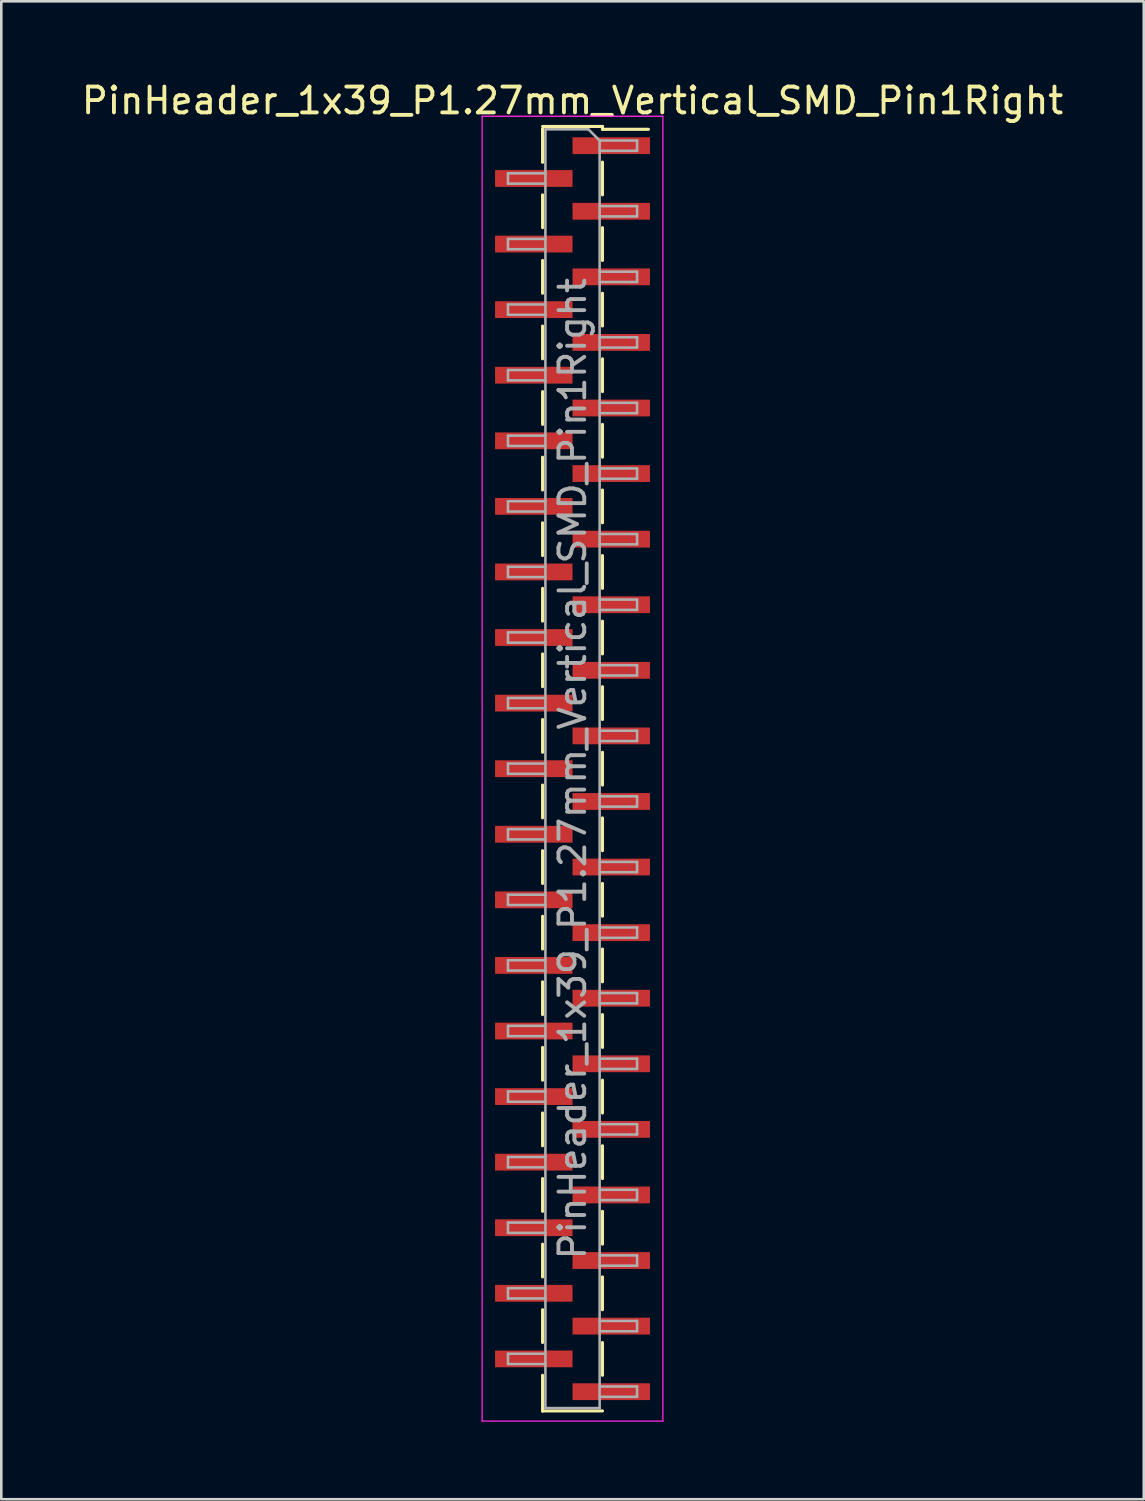
<source format=kicad_pcb>
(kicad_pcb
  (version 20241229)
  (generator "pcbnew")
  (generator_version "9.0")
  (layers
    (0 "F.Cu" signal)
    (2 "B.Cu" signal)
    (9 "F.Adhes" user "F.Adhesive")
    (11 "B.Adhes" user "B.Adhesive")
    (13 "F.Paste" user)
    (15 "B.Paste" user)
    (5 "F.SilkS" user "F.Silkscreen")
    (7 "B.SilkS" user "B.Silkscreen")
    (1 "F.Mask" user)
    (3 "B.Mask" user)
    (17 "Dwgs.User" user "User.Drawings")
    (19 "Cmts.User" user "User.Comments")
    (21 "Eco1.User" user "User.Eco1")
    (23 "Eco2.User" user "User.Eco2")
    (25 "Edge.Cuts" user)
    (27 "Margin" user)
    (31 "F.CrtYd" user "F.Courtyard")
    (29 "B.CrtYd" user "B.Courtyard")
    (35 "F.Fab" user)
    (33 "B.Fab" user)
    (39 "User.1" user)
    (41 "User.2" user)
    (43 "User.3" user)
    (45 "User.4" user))
  (footprint "PinHeader_1x39_P1.27mm_Vertical_SMD_Pin1Right"
    (layer "F.Cu")
    (at 19.125 26.723)
    (property "Reference" "PinHeader_1x39_P1.27mm_Vertical_SMD_Pin1Right" (at 0 -25.875 0) (layer "F.SilkS") (effects (font (size 1 1) (thickness 0.15))))
    (attr smd)
    (fp_line (start -1.16 -24.875) (end 1.16 -24.875) (stroke (width 0.12) (type solid)) (layer "F.SilkS"))
    (fp_line (start -1.16 -24.765) (end -1.16 -23.495) (stroke (width 0.12) (type solid)) (layer "F.SilkS"))
    (fp_line (start -1.16 -24.765) (end -1.16 -23.495) (stroke (width 0.12) (type solid)) (layer "F.SilkS"))
    (fp_line (start -1.16 -22.225) (end -1.16 -20.955) (stroke (width 0.12) (type solid)) (layer "F.SilkS"))
    (fp_line (start -1.16 -19.685) (end -1.16 -18.415) (stroke (width 0.12) (type solid)) (layer "F.SilkS"))
    (fp_line (start -1.16 -17.145) (end -1.16 -15.875) (stroke (width 0.12) (type solid)) (layer "F.SilkS"))
    (fp_line (start -1.16 -14.605) (end -1.16 -13.335) (stroke (width 0.12) (type solid)) (layer "F.SilkS"))
    (fp_line (start -1.16 -12.065) (end -1.16 -10.795) (stroke (width 0.12) (type solid)) (layer "F.SilkS"))
    (fp_line (start -1.16 -9.525) (end -1.16 -8.255) (stroke (width 0.12) (type solid)) (layer "F.SilkS"))
    (fp_line (start -1.16 -6.985) (end -1.16 -5.715) (stroke (width 0.12) (type solid)) (layer "F.SilkS"))
    (fp_line (start -1.16 -4.445) (end -1.16 -3.175) (stroke (width 0.12) (type solid)) (layer "F.SilkS"))
    (fp_line (start -1.16 -1.905) (end -1.16 -0.635) (stroke (width 0.12) (type solid)) (layer "F.SilkS"))
    (fp_line (start -1.16 0.635) (end -1.16 1.905) (stroke (width 0.12) (type solid)) (layer "F.SilkS"))
    (fp_line (start -1.16 3.175) (end -1.16 4.445) (stroke (width 0.12) (type solid)) (layer "F.SilkS"))
    (fp_line (start -1.16 5.715) (end -1.16 6.985) (stroke (width 0.12) (type solid)) (layer "F.SilkS"))
    (fp_line (start -1.16 8.255) (end -1.16 9.525) (stroke (width 0.12) (type solid)) (layer "F.SilkS"))
    (fp_line (start -1.16 10.795) (end -1.16 12.065) (stroke (width 0.12) (type solid)) (layer "F.SilkS"))
    (fp_line (start -1.16 13.335) (end -1.16 14.605) (stroke (width 0.12) (type solid)) (layer "F.SilkS"))
    (fp_line (start -1.16 15.875) (end -1.16 17.145) (stroke (width 0.12) (type solid)) (layer "F.SilkS"))
    (fp_line (start -1.16 18.415) (end -1.16 19.685) (stroke (width 0.12) (type solid)) (layer "F.SilkS"))
    (fp_line (start -1.16 20.955) (end -1.16 22.225) (stroke (width 0.12) (type solid)) (layer "F.SilkS"))
    (fp_line (start -1.16 23.495) (end -1.16 24.875) (stroke (width 0.12) (type solid)) (layer "F.SilkS"))
    (fp_line (start -1.16 24.765) (end -1.16 24.875) (stroke (width 0.12) (type solid)) (layer "F.SilkS"))
    (fp_line (start -1.16 24.875) (end 1.16 24.875) (stroke (width 0.12) (type solid)) (layer "F.SilkS"))
    (fp_line (start 1.16 -24.875) (end 1.16 -24.765) (stroke (width 0.12) (type solid)) (layer "F.SilkS"))
    (fp_line (start 1.16 -24.765) (end 2.94 -24.765) (stroke (width 0.12) (type solid)) (layer "F.SilkS"))
    (fp_line (start 1.16 -23.495) (end 1.16 -22.225) (stroke (width 0.12) (type solid)) (layer "F.SilkS"))
    (fp_line (start 1.16 -20.955) (end 1.16 -19.685) (stroke (width 0.12) (type solid)) (layer "F.SilkS"))
    (fp_line (start 1.16 -18.415) (end 1.16 -17.145) (stroke (width 0.12) (type solid)) (layer "F.SilkS"))
    (fp_line (start 1.16 -15.875) (end 1.16 -14.605) (stroke (width 0.12) (type solid)) (layer "F.SilkS"))
    (fp_line (start 1.16 -13.335) (end 1.16 -12.065) (stroke (width 0.12) (type solid)) (layer "F.SilkS"))
    (fp_line (start 1.16 -10.795) (end 1.16 -9.525) (stroke (width 0.12) (type solid)) (layer "F.SilkS"))
    (fp_line (start 1.16 -8.255) (end 1.16 -6.985) (stroke (width 0.12) (type solid)) (layer "F.SilkS"))
    (fp_line (start 1.16 -5.715) (end 1.16 -4.445) (stroke (width 0.12) (type solid)) (layer "F.SilkS"))
    (fp_line (start 1.16 -3.175) (end 1.16 -1.905) (stroke (width 0.12) (type solid)) (layer "F.SilkS"))
    (fp_line (start 1.16 -0.635) (end 1.16 0.635) (stroke (width 0.12) (type solid)) (layer "F.SilkS"))
    (fp_line (start 1.16 1.905) (end 1.16 3.175) (stroke (width 0.12) (type solid)) (layer "F.SilkS"))
    (fp_line (start 1.16 4.445) (end 1.16 5.715) (stroke (width 0.12) (type solid)) (layer "F.SilkS"))
    (fp_line (start 1.16 6.985) (end 1.16 8.255) (stroke (width 0.12) (type solid)) (layer "F.SilkS"))
    (fp_line (start 1.16 9.525) (end 1.16 10.795) (stroke (width 0.12) (type solid)) (layer "F.SilkS"))
    (fp_line (start 1.16 12.065) (end 1.16 13.335) (stroke (width 0.12) (type solid)) (layer "F.SilkS"))
    (fp_line (start 1.16 14.605) (end 1.16 15.875) (stroke (width 0.12) (type solid)) (layer "F.SilkS"))
    (fp_line (start 1.16 17.145) (end 1.16 18.415) (stroke (width 0.12) (type solid)) (layer "F.SilkS"))
    (fp_line (start 1.16 19.685) (end 1.16 20.955) (stroke (width 0.12) (type solid)) (layer "F.SilkS"))
    (fp_line (start 1.16 22.225) (end 1.16 23.495) (stroke (width 0.12) (type solid)) (layer "F.SilkS"))
    (fp_line (start -3.5 -25.27) (end -3.5 25.27) (stroke (width 0.05) (type solid)) (layer "F.CrtYd"))
    (fp_line (start -3.5 25.27) (end 3.5 25.27) (stroke (width 0.05) (type solid)) (layer "F.CrtYd"))
    (fp_line (start 3.5 -25.27) (end -3.5 -25.27) (stroke (width 0.05) (type solid)) (layer "F.CrtYd"))
    (fp_line (start 3.5 25.27) (end 3.5 -25.27) (stroke (width 0.05) (type solid)) (layer "F.CrtYd"))
    (fp_line (start -2.5 -23.06) (end -2.5 -22.66) (stroke (width 0.1) (type solid)) (layer "F.Fab"))
    (fp_line (start -2.5 -22.66) (end -1.05 -22.66) (stroke (width 0.1) (type solid)) (layer "F.Fab"))
    (fp_line (start -2.5 -20.52) (end -2.5 -20.12) (stroke (width 0.1) (type solid)) (layer "F.Fab"))
    (fp_line (start -2.5 -20.12) (end -1.05 -20.12) (stroke (width 0.1) (type solid)) (layer "F.Fab"))
    (fp_line (start -2.5 -17.98) (end -2.5 -17.58) (stroke (width 0.1) (type solid)) (layer "F.Fab"))
    (fp_line (start -2.5 -17.58) (end -1.05 -17.58) (stroke (width 0.1) (type solid)) (layer "F.Fab"))
    (fp_line (start -2.5 -15.44) (end -2.5 -15.04) (stroke (width 0.1) (type solid)) (layer "F.Fab"))
    (fp_line (start -2.5 -15.04) (end -1.05 -15.04) (stroke (width 0.1) (type solid)) (layer "F.Fab"))
    (fp_line (start -2.5 -12.9) (end -2.5 -12.5) (stroke (width 0.1) (type solid)) (layer "F.Fab"))
    (fp_line (start -2.5 -12.5) (end -1.05 -12.5) (stroke (width 0.1) (type solid)) (layer "F.Fab"))
    (fp_line (start -2.5 -10.36) (end -2.5 -9.96) (stroke (width 0.1) (type solid)) (layer "F.Fab"))
    (fp_line (start -2.5 -9.96) (end -1.05 -9.96) (stroke (width 0.1) (type solid)) (layer "F.Fab"))
    (fp_line (start -2.5 -7.82) (end -2.5 -7.42) (stroke (width 0.1) (type solid)) (layer "F.Fab"))
    (fp_line (start -2.5 -7.42) (end -1.05 -7.42) (stroke (width 0.1) (type solid)) (layer "F.Fab"))
    (fp_line (start -2.5 -5.28) (end -2.5 -4.88) (stroke (width 0.1) (type solid)) (layer "F.Fab"))
    (fp_line (start -2.5 -4.88) (end -1.05 -4.88) (stroke (width 0.1) (type solid)) (layer "F.Fab"))
    (fp_line (start -2.5 -2.74) (end -2.5 -2.34) (stroke (width 0.1) (type solid)) (layer "F.Fab"))
    (fp_line (start -2.5 -2.34) (end -1.05 -2.34) (stroke (width 0.1) (type solid)) (layer "F.Fab"))
    (fp_line (start -2.5 -0.2) (end -2.5 0.2) (stroke (width 0.1) (type solid)) (layer "F.Fab"))
    (fp_line (start -2.5 0.2) (end -1.05 0.2) (stroke (width 0.1) (type solid)) (layer "F.Fab"))
    (fp_line (start -2.5 2.34) (end -2.5 2.74) (stroke (width 0.1) (type solid)) (layer "F.Fab"))
    (fp_line (start -2.5 2.74) (end -1.05 2.74) (stroke (width 0.1) (type solid)) (layer "F.Fab"))
    (fp_line (start -2.5 4.88) (end -2.5 5.28) (stroke (width 0.1) (type solid)) (layer "F.Fab"))
    (fp_line (start -2.5 5.28) (end -1.05 5.28) (stroke (width 0.1) (type solid)) (layer "F.Fab"))
    (fp_line (start -2.5 7.42) (end -2.5 7.82) (stroke (width 0.1) (type solid)) (layer "F.Fab"))
    (fp_line (start -2.5 7.82) (end -1.05 7.82) (stroke (width 0.1) (type solid)) (layer "F.Fab"))
    (fp_line (start -2.5 9.96) (end -2.5 10.36) (stroke (width 0.1) (type solid)) (layer "F.Fab"))
    (fp_line (start -2.5 10.36) (end -1.05 10.36) (stroke (width 0.1) (type solid)) (layer "F.Fab"))
    (fp_line (start -2.5 12.5) (end -2.5 12.9) (stroke (width 0.1) (type solid)) (layer "F.Fab"))
    (fp_line (start -2.5 12.9) (end -1.05 12.9) (stroke (width 0.1) (type solid)) (layer "F.Fab"))
    (fp_line (start -2.5 15.04) (end -2.5 15.44) (stroke (width 0.1) (type solid)) (layer "F.Fab"))
    (fp_line (start -2.5 15.44) (end -1.05 15.44) (stroke (width 0.1) (type solid)) (layer "F.Fab"))
    (fp_line (start -2.5 17.58) (end -2.5 17.98) (stroke (width 0.1) (type solid)) (layer "F.Fab"))
    (fp_line (start -2.5 17.98) (end -1.05 17.98) (stroke (width 0.1) (type solid)) (layer "F.Fab"))
    (fp_line (start -2.5 20.12) (end -2.5 20.52) (stroke (width 0.1) (type solid)) (layer "F.Fab"))
    (fp_line (start -2.5 20.52) (end -1.05 20.52) (stroke (width 0.1) (type solid)) (layer "F.Fab"))
    (fp_line (start -2.5 22.66) (end -2.5 23.06) (stroke (width 0.1) (type solid)) (layer "F.Fab"))
    (fp_line (start -2.5 23.06) (end -1.05 23.06) (stroke (width 0.1) (type solid)) (layer "F.Fab"))
    (fp_line (start -1.05 -24.765) (end -1.05 24.765) (stroke (width 0.1) (type solid)) (layer "F.Fab"))
    (fp_line (start -1.05 -24.765) (end 0.615 -24.765) (stroke (width 0.1) (type solid)) (layer "F.Fab"))
    (fp_line (start -1.05 -23.06) (end -2.5 -23.06) (stroke (width 0.1) (type solid)) (layer "F.Fab"))
    (fp_line (start -1.05 -20.52) (end -2.5 -20.52) (stroke (width 0.1) (type solid)) (layer "F.Fab"))
    (fp_line (start -1.05 -17.98) (end -2.5 -17.98) (stroke (width 0.1) (type solid)) (layer "F.Fab"))
    (fp_line (start -1.05 -15.44) (end -2.5 -15.44) (stroke (width 0.1) (type solid)) (layer "F.Fab"))
    (fp_line (start -1.05 -12.9) (end -2.5 -12.9) (stroke (width 0.1) (type solid)) (layer "F.Fab"))
    (fp_line (start -1.05 -10.36) (end -2.5 -10.36) (stroke (width 0.1) (type solid)) (layer "F.Fab"))
    (fp_line (start -1.05 -7.82) (end -2.5 -7.82) (stroke (width 0.1) (type solid)) (layer "F.Fab"))
    (fp_line (start -1.05 -5.28) (end -2.5 -5.28) (stroke (width 0.1) (type solid)) (layer "F.Fab"))
    (fp_line (start -1.05 -2.74) (end -2.5 -2.74) (stroke (width 0.1) (type solid)) (layer "F.Fab"))
    (fp_line (start -1.05 -0.2) (end -2.5 -0.2) (stroke (width 0.1) (type solid)) (layer "F.Fab"))
    (fp_line (start -1.05 2.34) (end -2.5 2.34) (stroke (width 0.1) (type solid)) (layer "F.Fab"))
    (fp_line (start -1.05 4.88) (end -2.5 4.88) (stroke (width 0.1) (type solid)) (layer "F.Fab"))
    (fp_line (start -1.05 7.42) (end -2.5 7.42) (stroke (width 0.1) (type solid)) (layer "F.Fab"))
    (fp_line (start -1.05 9.96) (end -2.5 9.96) (stroke (width 0.1) (type solid)) (layer "F.Fab"))
    (fp_line (start -1.05 12.5) (end -2.5 12.5) (stroke (width 0.1) (type solid)) (layer "F.Fab"))
    (fp_line (start -1.05 15.04) (end -2.5 15.04) (stroke (width 0.1) (type solid)) (layer "F.Fab"))
    (fp_line (start -1.05 17.58) (end -2.5 17.58) (stroke (width 0.1) (type solid)) (layer "F.Fab"))
    (fp_line (start -1.05 20.12) (end -2.5 20.12) (stroke (width 0.1) (type solid)) (layer "F.Fab"))
    (fp_line (start -1.05 22.66) (end -2.5 22.66) (stroke (width 0.1) (type solid)) (layer "F.Fab"))
    (fp_line (start 1.05 -24.33) (end 0.615 -24.765) (stroke (width 0.1) (type solid)) (layer "F.Fab"))
    (fp_line (start 1.05 -24.33) (end 2.5 -24.33) (stroke (width 0.1) (type solid)) (layer "F.Fab"))
    (fp_line (start 1.05 -21.79) (end 2.5 -21.79) (stroke (width 0.1) (type solid)) (layer "F.Fab"))
    (fp_line (start 1.05 -19.25) (end 2.5 -19.25) (stroke (width 0.1) (type solid)) (layer "F.Fab"))
    (fp_line (start 1.05 -16.71) (end 2.5 -16.71) (stroke (width 0.1) (type solid)) (layer "F.Fab"))
    (fp_line (start 1.05 -14.17) (end 2.5 -14.17) (stroke (width 0.1) (type solid)) (layer "F.Fab"))
    (fp_line (start 1.05 -11.63) (end 2.5 -11.63) (stroke (width 0.1) (type solid)) (layer "F.Fab"))
    (fp_line (start 1.05 -9.09) (end 2.5 -9.09) (stroke (width 0.1) (type solid)) (layer "F.Fab"))
    (fp_line (start 1.05 -6.55) (end 2.5 -6.55) (stroke (width 0.1) (type solid)) (layer "F.Fab"))
    (fp_line (start 1.05 -4.01) (end 2.5 -4.01) (stroke (width 0.1) (type solid)) (layer "F.Fab"))
    (fp_line (start 1.05 -1.47) (end 2.5 -1.47) (stroke (width 0.1) (type solid)) (layer "F.Fab"))
    (fp_line (start 1.05 1.07) (end 2.5 1.07) (stroke (width 0.1) (type solid)) (layer "F.Fab"))
    (fp_line (start 1.05 3.61) (end 2.5 3.61) (stroke (width 0.1) (type solid)) (layer "F.Fab"))
    (fp_line (start 1.05 6.15) (end 2.5 6.15) (stroke (width 0.1) (type solid)) (layer "F.Fab"))
    (fp_line (start 1.05 8.69) (end 2.5 8.69) (stroke (width 0.1) (type solid)) (layer "F.Fab"))
    (fp_line (start 1.05 11.23) (end 2.5 11.23) (stroke (width 0.1) (type solid)) (layer "F.Fab"))
    (fp_line (start 1.05 13.77) (end 2.5 13.77) (stroke (width 0.1) (type solid)) (layer "F.Fab"))
    (fp_line (start 1.05 16.31) (end 2.5 16.31) (stroke (width 0.1) (type solid)) (layer "F.Fab"))
    (fp_line (start 1.05 18.85) (end 2.5 18.85) (stroke (width 0.1) (type solid)) (layer "F.Fab"))
    (fp_line (start 1.05 21.39) (end 2.5 21.39) (stroke (width 0.1) (type solid)) (layer "F.Fab"))
    (fp_line (start 1.05 23.93) (end 2.5 23.93) (stroke (width 0.1) (type solid)) (layer "F.Fab"))
    (fp_line (start 1.05 24.765) (end -1.05 24.765) (stroke (width 0.1) (type solid)) (layer "F.Fab"))
    (fp_line (start 1.05 24.765) (end 1.05 -24.33) (stroke (width 0.1) (type solid)) (layer "F.Fab"))
    (fp_line (start 2.5 -24.33) (end 2.5 -23.93) (stroke (width 0.1) (type solid)) (layer "F.Fab"))
    (fp_line (start 2.5 -23.93) (end 1.05 -23.93) (stroke (width 0.1) (type solid)) (layer "F.Fab"))
    (fp_line (start 2.5 -21.79) (end 2.5 -21.39) (stroke (width 0.1) (type solid)) (layer "F.Fab"))
    (fp_line (start 2.5 -21.39) (end 1.05 -21.39) (stroke (width 0.1) (type solid)) (layer "F.Fab"))
    (fp_line (start 2.5 -19.25) (end 2.5 -18.85) (stroke (width 0.1) (type solid)) (layer "F.Fab"))
    (fp_line (start 2.5 -18.85) (end 1.05 -18.85) (stroke (width 0.1) (type solid)) (layer "F.Fab"))
    (fp_line (start 2.5 -16.71) (end 2.5 -16.31) (stroke (width 0.1) (type solid)) (layer "F.Fab"))
    (fp_line (start 2.5 -16.31) (end 1.05 -16.31) (stroke (width 0.1) (type solid)) (layer "F.Fab"))
    (fp_line (start 2.5 -14.17) (end 2.5 -13.77) (stroke (width 0.1) (type solid)) (layer "F.Fab"))
    (fp_line (start 2.5 -13.77) (end 1.05 -13.77) (stroke (width 0.1) (type solid)) (layer "F.Fab"))
    (fp_line (start 2.5 -11.63) (end 2.5 -11.23) (stroke (width 0.1) (type solid)) (layer "F.Fab"))
    (fp_line (start 2.5 -11.23) (end 1.05 -11.23) (stroke (width 0.1) (type solid)) (layer "F.Fab"))
    (fp_line (start 2.5 -9.09) (end 2.5 -8.69) (stroke (width 0.1) (type solid)) (layer "F.Fab"))
    (fp_line (start 2.5 -8.69) (end 1.05 -8.69) (stroke (width 0.1) (type solid)) (layer "F.Fab"))
    (fp_line (start 2.5 -6.55) (end 2.5 -6.15) (stroke (width 0.1) (type solid)) (layer "F.Fab"))
    (fp_line (start 2.5 -6.15) (end 1.05 -6.15) (stroke (width 0.1) (type solid)) (layer "F.Fab"))
    (fp_line (start 2.5 -4.01) (end 2.5 -3.61) (stroke (width 0.1) (type solid)) (layer "F.Fab"))
    (fp_line (start 2.5 -3.61) (end 1.05 -3.61) (stroke (width 0.1) (type solid)) (layer "F.Fab"))
    (fp_line (start 2.5 -1.47) (end 2.5 -1.07) (stroke (width 0.1) (type solid)) (layer "F.Fab"))
    (fp_line (start 2.5 -1.07) (end 1.05 -1.07) (stroke (width 0.1) (type solid)) (layer "F.Fab"))
    (fp_line (start 2.5 1.07) (end 2.5 1.47) (stroke (width 0.1) (type solid)) (layer "F.Fab"))
    (fp_line (start 2.5 1.47) (end 1.05 1.47) (stroke (width 0.1) (type solid)) (layer "F.Fab"))
    (fp_line (start 2.5 3.61) (end 2.5 4.01) (stroke (width 0.1) (type solid)) (layer "F.Fab"))
    (fp_line (start 2.5 4.01) (end 1.05 4.01) (stroke (width 0.1) (type solid)) (layer "F.Fab"))
    (fp_line (start 2.5 6.15) (end 2.5 6.55) (stroke (width 0.1) (type solid)) (layer "F.Fab"))
    (fp_line (start 2.5 6.55) (end 1.05 6.55) (stroke (width 0.1) (type solid)) (layer "F.Fab"))
    (fp_line (start 2.5 8.69) (end 2.5 9.09) (stroke (width 0.1) (type solid)) (layer "F.Fab"))
    (fp_line (start 2.5 9.09) (end 1.05 9.09) (stroke (width 0.1) (type solid)) (layer "F.Fab"))
    (fp_line (start 2.5 11.23) (end 2.5 11.63) (stroke (width 0.1) (type solid)) (layer "F.Fab"))
    (fp_line (start 2.5 11.63) (end 1.05 11.63) (stroke (width 0.1) (type solid)) (layer "F.Fab"))
    (fp_line (start 2.5 13.77) (end 2.5 14.17) (stroke (width 0.1) (type solid)) (layer "F.Fab"))
    (fp_line (start 2.5 14.17) (end 1.05 14.17) (stroke (width 0.1) (type solid)) (layer "F.Fab"))
    (fp_line (start 2.5 16.31) (end 2.5 16.71) (stroke (width 0.1) (type solid)) (layer "F.Fab"))
    (fp_line (start 2.5 16.71) (end 1.05 16.71) (stroke (width 0.1) (type solid)) (layer "F.Fab"))
    (fp_line (start 2.5 18.85) (end 2.5 19.25) (stroke (width 0.1) (type solid)) (layer "F.Fab"))
    (fp_line (start 2.5 19.25) (end 1.05 19.25) (stroke (width 0.1) (type solid)) (layer "F.Fab"))
    (fp_line (start 2.5 21.39) (end 2.5 21.79) (stroke (width 0.1) (type solid)) (layer "F.Fab"))
    (fp_line (start 2.5 21.79) (end 1.05 21.79) (stroke (width 0.1) (type solid)) (layer "F.Fab"))
    (fp_line (start 2.5 23.93) (end 2.5 24.33) (stroke (width 0.1) (type solid)) (layer "F.Fab"))
    (fp_line (start 2.5 24.33) (end 1.05 24.33) (stroke (width 0.1) (type solid)) (layer "F.Fab"))
    (fp_text user "${REFERENCE}" (at 0 0 90) (layer "F.Fab") (effects (font (size 1 1) (thickness 0.15))))
    (pad "1" smd rect (at 1.5 -24.13) (size 3 0.65) (layers "F.Cu" "F.Mask" "F.Paste"))
    (pad "2" smd rect (at -1.5 -22.86) (size 3 0.65) (layers "F.Cu" "F.Mask" "F.Paste"))
    (pad "3" smd rect (at 1.5 -21.59) (size 3 0.65) (layers "F.Cu" "F.Mask" "F.Paste"))
    (pad "4" smd rect (at -1.5 -20.32) (size 3 0.65) (layers "F.Cu" "F.Mask" "F.Paste"))
    (pad "5" smd rect (at 1.5 -19.05) (size 3 0.65) (layers "F.Cu" "F.Mask" "F.Paste"))
    (pad "6" smd rect (at -1.5 -17.78) (size 3 0.65) (layers "F.Cu" "F.Mask" "F.Paste"))
    (pad "7" smd rect (at 1.5 -16.51) (size 3 0.65) (layers "F.Cu" "F.Mask" "F.Paste"))
    (pad "8" smd rect (at -1.5 -15.24) (size 3 0.65) (layers "F.Cu" "F.Mask" "F.Paste"))
    (pad "9" smd rect (at 1.5 -13.97) (size 3 0.65) (layers "F.Cu" "F.Mask" "F.Paste"))
    (pad "10" smd rect (at -1.5 -12.7) (size 3 0.65) (layers "F.Cu" "F.Mask" "F.Paste"))
    (pad "11" smd rect (at 1.5 -11.43) (size 3 0.65) (layers "F.Cu" "F.Mask" "F.Paste"))
    (pad "12" smd rect (at -1.5 -10.16) (size 3 0.65) (layers "F.Cu" "F.Mask" "F.Paste"))
    (pad "13" smd rect (at 1.5 -8.89) (size 3 0.65) (layers "F.Cu" "F.Mask" "F.Paste"))
    (pad "14" smd rect (at -1.5 -7.62) (size 3 0.65) (layers "F.Cu" "F.Mask" "F.Paste"))
    (pad "15" smd rect (at 1.5 -6.35) (size 3 0.65) (layers "F.Cu" "F.Mask" "F.Paste"))
    (pad "16" smd rect (at -1.5 -5.08) (size 3 0.65) (layers "F.Cu" "F.Mask" "F.Paste"))
    (pad "17" smd rect (at 1.5 -3.81) (size 3 0.65) (layers "F.Cu" "F.Mask" "F.Paste"))
    (pad "18" smd rect (at -1.5 -2.54) (size 3 0.65) (layers "F.Cu" "F.Mask" "F.Paste"))
    (pad "19" smd rect (at 1.5 -1.27) (size 3 0.65) (layers "F.Cu" "F.Mask" "F.Paste"))
    (pad "20" smd rect (at -1.5 0) (size 3 0.65) (layers "F.Cu" "F.Mask" "F.Paste"))
    (pad "21" smd rect (at 1.5 1.27) (size 3 0.65) (layers "F.Cu" "F.Mask" "F.Paste"))
    (pad "22" smd rect (at -1.5 2.54) (size 3 0.65) (layers "F.Cu" "F.Mask" "F.Paste"))
    (pad "23" smd rect (at 1.5 3.81) (size 3 0.65) (layers "F.Cu" "F.Mask" "F.Paste"))
    (pad "24" smd rect (at -1.5 5.08) (size 3 0.65) (layers "F.Cu" "F.Mask" "F.Paste"))
    (pad "25" smd rect (at 1.5 6.35) (size 3 0.65) (layers "F.Cu" "F.Mask" "F.Paste"))
    (pad "26" smd rect (at -1.5 7.62) (size 3 0.65) (layers "F.Cu" "F.Mask" "F.Paste"))
    (pad "27" smd rect (at 1.5 8.89) (size 3 0.65) (layers "F.Cu" "F.Mask" "F.Paste"))
    (pad "28" smd rect (at -1.5 10.16) (size 3 0.65) (layers "F.Cu" "F.Mask" "F.Paste"))
    (pad "29" smd rect (at 1.5 11.43) (size 3 0.65) (layers "F.Cu" "F.Mask" "F.Paste"))
    (pad "30" smd rect (at -1.5 12.7) (size 3 0.65) (layers "F.Cu" "F.Mask" "F.Paste"))
    (pad "31" smd rect (at 1.5 13.97) (size 3 0.65) (layers "F.Cu" "F.Mask" "F.Paste"))
    (pad "32" smd rect (at -1.5 15.24) (size 3 0.65) (layers "F.Cu" "F.Mask" "F.Paste"))
    (pad "33" smd rect (at 1.5 16.51) (size 3 0.65) (layers "F.Cu" "F.Mask" "F.Paste"))
    (pad "34" smd rect (at -1.5 17.78) (size 3 0.65) (layers "F.Cu" "F.Mask" "F.Paste"))
    (pad "35" smd rect (at 1.5 19.05) (size 3 0.65) (layers "F.Cu" "F.Mask" "F.Paste"))
    (pad "36" smd rect (at -1.5 20.32) (size 3 0.65) (layers "F.Cu" "F.Mask" "F.Paste"))
    (pad "37" smd rect (at 1.5 21.59) (size 3 0.65) (layers "F.Cu" "F.Mask" "F.Paste"))
    (pad "38" smd rect (at -1.5 22.86) (size 3 0.65) (layers "F.Cu" "F.Mask" "F.Paste"))
    (pad "39" smd rect (at 1.5 24.13) (size 3 0.65) (layers "F.Cu" "F.Mask" "F.Paste")))
  (gr_rect
    (start -3 -3)
    (end 41.25 55.018)
    (stroke (width 0.1) (type default))
    (fill no)
    (layer "Edge.Cuts")))
</source>
